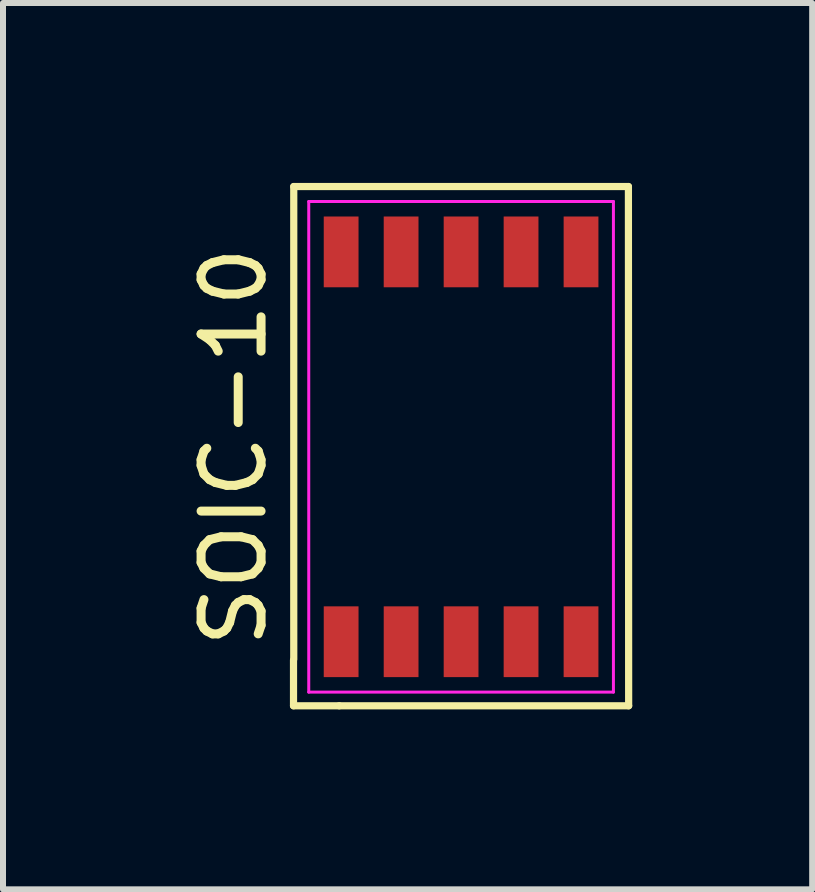
<source format=kicad_pcb>
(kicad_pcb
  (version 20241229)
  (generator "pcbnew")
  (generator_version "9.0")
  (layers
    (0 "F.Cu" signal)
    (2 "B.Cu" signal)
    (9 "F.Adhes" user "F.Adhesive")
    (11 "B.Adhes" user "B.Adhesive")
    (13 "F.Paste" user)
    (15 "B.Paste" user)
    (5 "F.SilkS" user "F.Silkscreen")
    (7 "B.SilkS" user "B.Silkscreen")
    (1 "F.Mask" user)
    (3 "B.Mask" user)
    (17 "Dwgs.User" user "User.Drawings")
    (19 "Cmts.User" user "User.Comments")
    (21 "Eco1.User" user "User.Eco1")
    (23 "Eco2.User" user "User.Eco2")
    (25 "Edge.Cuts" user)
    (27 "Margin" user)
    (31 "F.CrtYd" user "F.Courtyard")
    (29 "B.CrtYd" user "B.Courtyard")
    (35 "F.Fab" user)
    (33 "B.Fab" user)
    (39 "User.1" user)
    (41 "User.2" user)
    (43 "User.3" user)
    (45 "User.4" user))
  (footprint "SOIC-10"
    (layer "F.Cu")
    (at 4.638 4.4)
    (property "Reference" "SOIC-10" (at -3.79 0 90) (layer "F.SilkS") (effects (font (size 1 1) (thickness 0.15))))
    (attr smd)
    (fp_line (start -2.794 3.556) (end -2.794 4.318) (stroke (width 0.12) (type solid)) (layer "F.SilkS"))
    (fp_line (start -2.794 4.318) (end -2.032 4.318) (stroke (width 0.12) (type solid)) (layer "F.SilkS"))
    (fp_line (start -2.79 -4.34) (end 2.79 -4.34) (stroke (width 0.12) (type solid)) (layer "F.SilkS"))
    (fp_line (start -2.79 3.54) (end -2.79 -4.34) (stroke (width 0.12) (type solid)) (layer "F.SilkS"))
    (fp_line (start -2.032 4.318) (end 2.794 4.318) (stroke (width 0.12) (type solid)) (layer "F.SilkS"))
    (fp_line (start 2.79 -4.34) (end 2.794 4.318) (stroke (width 0.12) (type solid)) (layer "F.SilkS"))
    (fp_line (start -2.54 -4.09) (end 2.54 -4.09) (stroke (width 0.05) (type solid)) (layer "F.CrtYd"))
    (fp_line (start -2.54 4.09) (end -2.54 -4.09) (stroke (width 0.05) (type solid)) (layer "F.CrtYd"))
    (fp_line (start 2.54 -4.09) (end 2.54 4.09) (stroke (width 0.05) (type solid)) (layer "F.CrtYd"))
    (fp_line (start 2.54 4.09) (end -2.54 4.09) (stroke (width 0.05) (type solid)) (layer "F.CrtYd"))
    (pad "1" smd rect (at -2 3.25) (size 0.58 1.18) (layers "F.Cu" "F.Mask" "F.Paste"))
    (pad "2" smd rect (at -1 3.25) (size 0.58 1.18) (layers "F.Cu" "F.Mask" "F.Paste"))
    (pad "3" smd rect (at 0 3.25) (size 0.58 1.18) (layers "F.Cu" "F.Mask" "F.Paste"))
    (pad "4" smd rect (at 1 3.25) (size 0.58 1.18) (layers "F.Cu" "F.Mask" "F.Paste"))
    (pad "5" smd rect (at 2 3.25) (size 0.58 1.18) (layers "F.Cu" "F.Mask" "F.Paste"))
    (pad "6" smd rect (at 2 -3.25) (size 0.58 1.18) (layers "F.Cu" "F.Mask" "F.Paste"))
    (pad "7" smd rect (at 1 -3.25) (size 0.58 1.18) (layers "F.Cu" "F.Mask" "F.Paste"))
    (pad "8" smd rect (at 0 -3.25) (size 0.58 1.18) (layers "F.Cu" "F.Mask" "F.Paste"))
    (pad "9" smd rect (at -1 -3.25) (size 0.58 1.18) (layers "F.Cu" "F.Mask" "F.Paste"))
    (pad "10" smd rect (at -2 -3.25) (size 0.58 1.18) (layers "F.Cu" "F.Mask" "F.Paste")))
  (gr_rect
    (start -3 -3)
    (end 10.492 11.778)
    (stroke (width 0.1) (type default))
    (fill no)
    (layer "Edge.Cuts")))
</source>
